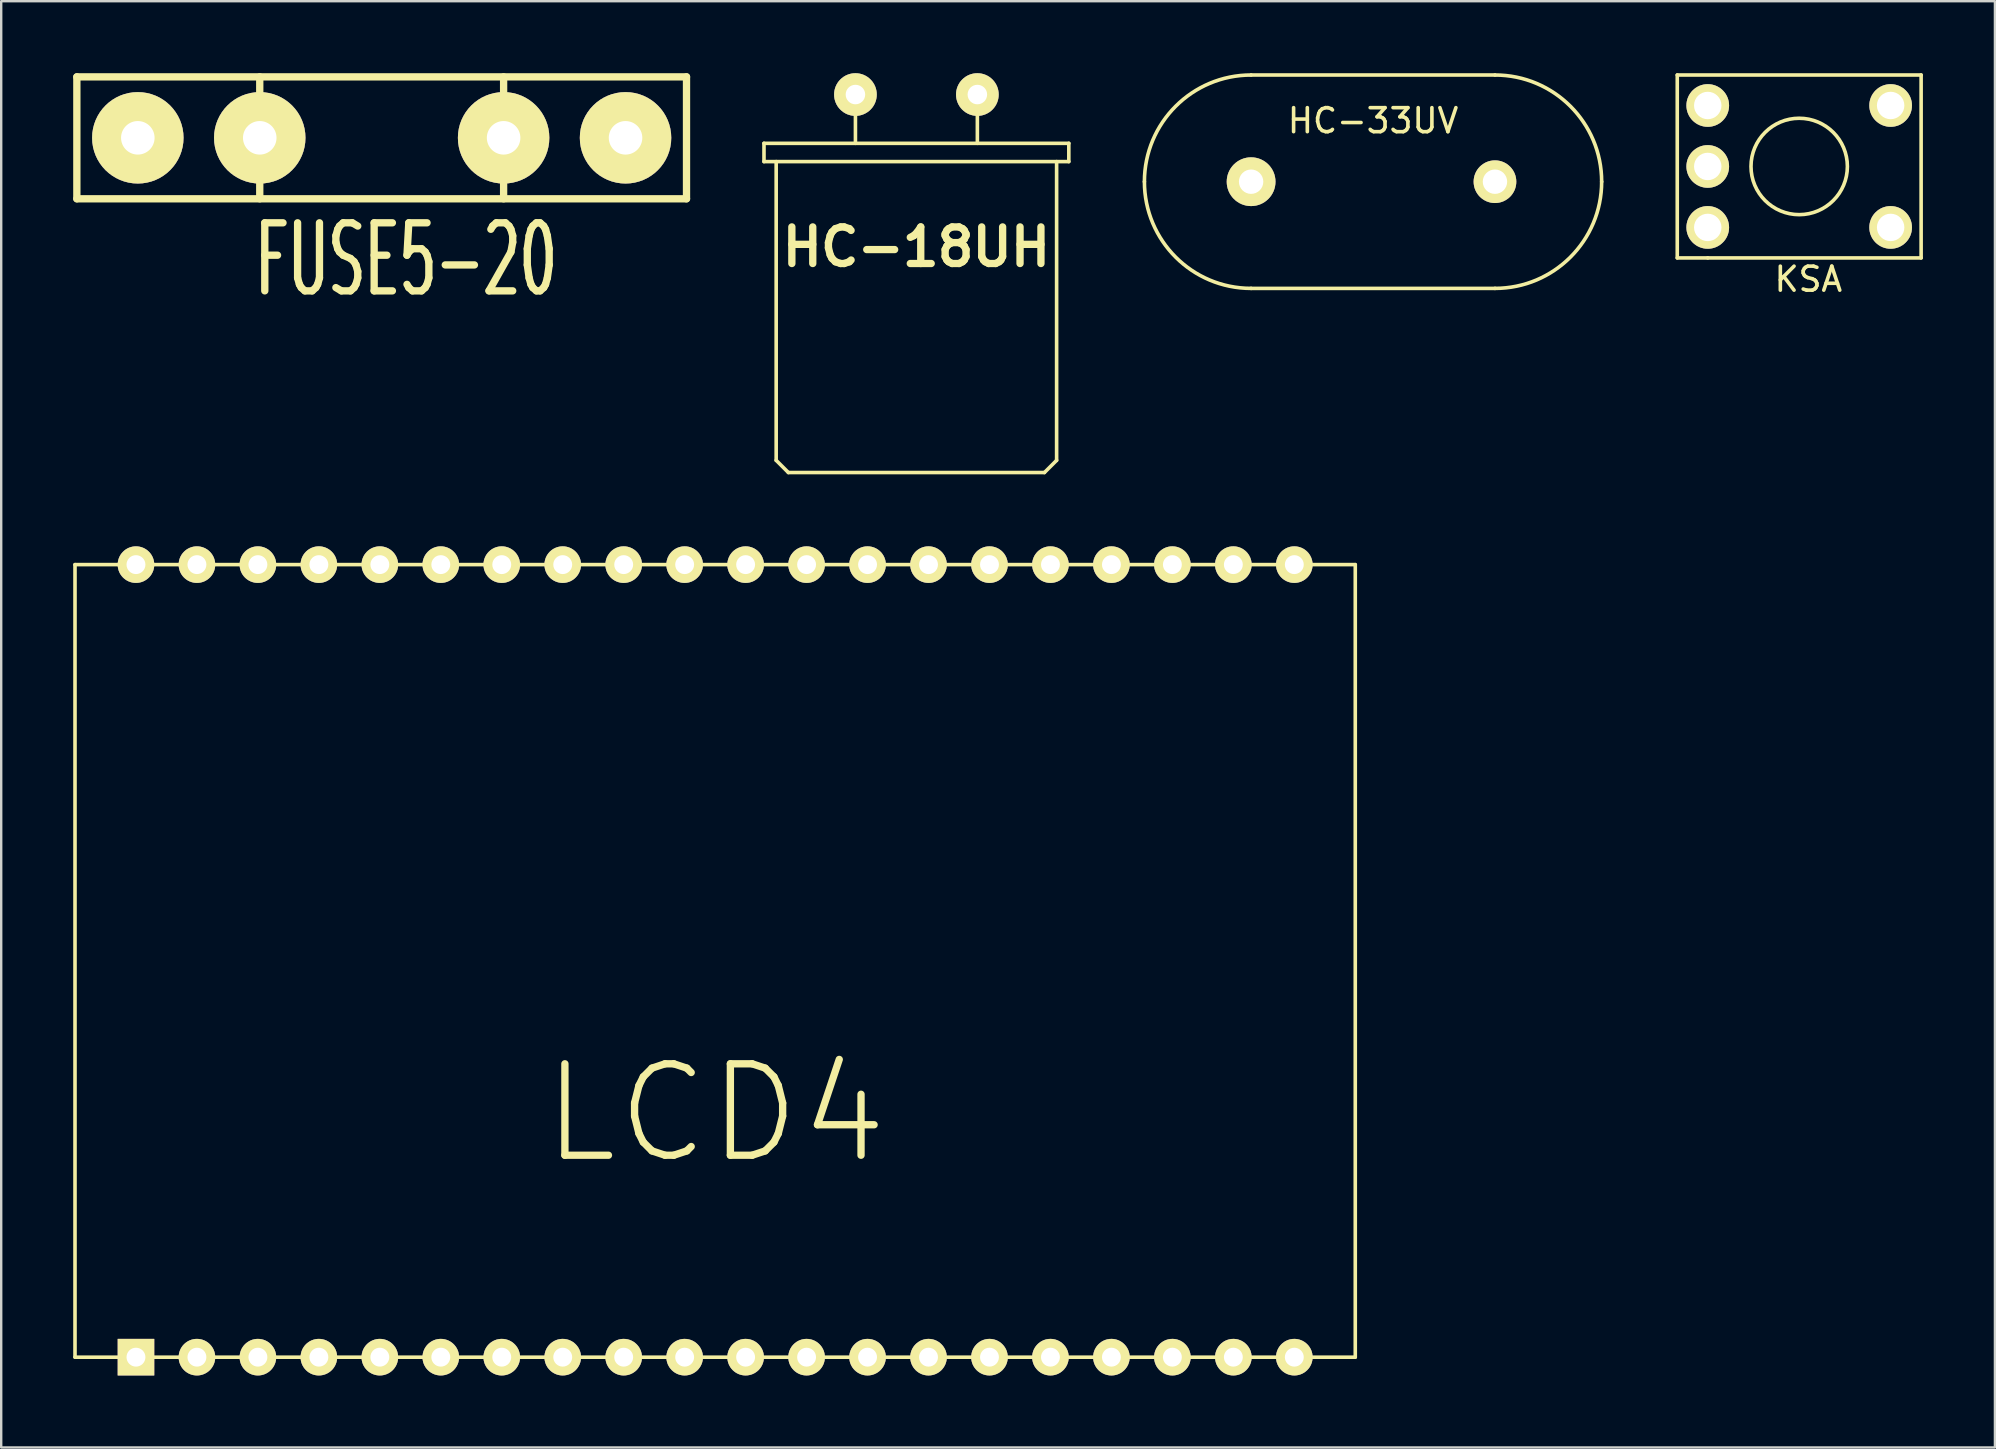
<source format=kicad_pcb>
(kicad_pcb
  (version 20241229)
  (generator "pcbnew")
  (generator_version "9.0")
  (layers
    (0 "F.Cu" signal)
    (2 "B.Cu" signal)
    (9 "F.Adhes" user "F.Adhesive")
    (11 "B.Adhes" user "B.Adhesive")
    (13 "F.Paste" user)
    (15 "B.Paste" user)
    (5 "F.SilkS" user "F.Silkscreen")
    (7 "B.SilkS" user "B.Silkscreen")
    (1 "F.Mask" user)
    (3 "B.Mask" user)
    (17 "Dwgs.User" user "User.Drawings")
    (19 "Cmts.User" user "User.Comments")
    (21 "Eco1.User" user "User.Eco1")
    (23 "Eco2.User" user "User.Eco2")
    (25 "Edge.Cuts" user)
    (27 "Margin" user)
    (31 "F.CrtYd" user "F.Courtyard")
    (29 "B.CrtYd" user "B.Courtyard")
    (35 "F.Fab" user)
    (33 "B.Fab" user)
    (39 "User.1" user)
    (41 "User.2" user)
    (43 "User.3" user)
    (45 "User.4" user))
  (footprint "HC-33UV"
    (layer "F.Cu")
    (at 54.155 4.52)
    (property "Reference" "HC-33UV" (at 0 -2.54 0) (layer "F.SilkS") (effects (font (size 1 1) (thickness 0.15))))
    (attr through_hole)
    (fp_line (start -5.08 -4.445) (end 5.08 -4.445) (stroke (width 0.15) (type solid)) (layer "F.SilkS"))
    (fp_line (start 5.08 4.445) (end -5.08 4.445) (stroke (width 0.15) (type solid)) (layer "F.SilkS"))
    (fp_arc (start -9.525 0) (mid -8.22309 -3.14309) (end -5.08 -4.445) (stroke (width 0.15) (type solid)) (layer "F.SilkS"))
    (fp_arc (start -5.08 4.445) (mid -8.22309 3.14309) (end -9.525 0) (stroke (width 0.15) (type solid)) (layer "F.SilkS"))
    (fp_arc (start 5.08 -4.445) (mid 8.22309 -3.14309) (end 9.525 0) (stroke (width 0.15) (type solid)) (layer "F.SilkS"))
    (fp_arc (start 9.525 0) (mid 8.22309 3.14309) (end 5.08 4.445) (stroke (width 0.15) (type solid)) (layer "F.SilkS"))
    (pad "1" thru_hole circle (at -5.08 0) (size 2.032 2.032) (drill 1.016) (layers "*.Cu" "*.Mask" "F.SilkS"))
    (pad "2" thru_hole circle (at 5.08 0) (size 1.778 1.778) (drill 1.016) (layers "*.Cu" "*.Mask" "F.SilkS")))
  (footprint "LCD4"
    (layer "F.Cu")
    (at 26.745 36.984)
    (property "Reference" "LCD4" (at 0 6.35 0) (layer "F.SilkS") (effects (font (size 3.81 3.81) (thickness 0.305))))
    (attr through_hole)
    (fp_line (start -26.67 -16.51) (end -26.67 16.51) (stroke (width 0.15) (type solid)) (layer "F.SilkS"))
    (fp_line (start -26.67 16.51) (end 26.67 16.51) (stroke (width 0.15) (type solid)) (layer "F.SilkS"))
    (fp_line (start 26.67 -16.51) (end -26.67 -16.51) (stroke (width 0.15) (type solid)) (layer "F.SilkS"))
    (fp_line (start 26.67 16.51) (end 26.67 -16.51) (stroke (width 0.15) (type solid)) (layer "F.SilkS"))
    (pad "1" thru_hole rect (at -24.13 16.51) (size 1.524 1.524) (drill 0.787) (layers "*.Cu" "*.Mask" "F.SilkS"))
    (pad "2" thru_hole circle (at -21.59 16.51) (size 1.524 1.524) (drill 0.787) (layers "*.Cu" "*.Mask" "F.SilkS"))
    (pad "3" thru_hole circle (at -19.05 16.51) (size 1.524 1.524) (drill 0.787) (layers "*.Cu" "*.Mask" "F.SilkS"))
    (pad "4" thru_hole circle (at -16.51 16.51) (size 1.524 1.524) (drill 0.787) (layers "*.Cu" "*.Mask" "F.SilkS"))
    (pad "5" thru_hole circle (at -13.97 16.51) (size 1.524 1.524) (drill 0.787) (layers "*.Cu" "*.Mask" "F.SilkS"))
    (pad "6" thru_hole circle (at -11.43 16.51) (size 1.524 1.524) (drill 0.787) (layers "*.Cu" "*.Mask" "F.SilkS"))
    (pad "7" thru_hole circle (at -8.89 16.51) (size 1.524 1.524) (drill 0.787) (layers "*.Cu" "*.Mask" "F.SilkS"))
    (pad "8" thru_hole circle (at -6.35 16.51) (size 1.524 1.524) (drill 0.787) (layers "*.Cu" "*.Mask" "F.SilkS"))
    (pad "9" thru_hole circle (at -3.81 16.51) (size 1.524 1.524) (drill 0.787) (layers "*.Cu" "*.Mask" "F.SilkS"))
    (pad "10" thru_hole circle (at -1.27 16.51) (size 1.524 1.524) (drill 0.787) (layers "*.Cu" "*.Mask" "F.SilkS"))
    (pad "11" thru_hole circle (at 1.27 16.51) (size 1.524 1.524) (drill 0.787) (layers "*.Cu" "*.Mask" "F.SilkS"))
    (pad "12" thru_hole circle (at 3.81 16.51) (size 1.524 1.524) (drill 0.787) (layers "*.Cu" "*.Mask" "F.SilkS"))
    (pad "13" thru_hole circle (at 6.35 16.51) (size 1.524 1.524) (drill 0.787) (layers "*.Cu" "*.Mask" "F.SilkS"))
    (pad "14" thru_hole circle (at 8.89 16.51) (size 1.524 1.524) (drill 0.787) (layers "*.Cu" "*.Mask" "F.SilkS"))
    (pad "15" thru_hole circle (at 11.43 16.51) (size 1.524 1.524) (drill 0.787) (layers "*.Cu" "*.Mask" "F.SilkS"))
    (pad "16" thru_hole circle (at 13.97 16.51) (size 1.524 1.524) (drill 0.787) (layers "*.Cu" "*.Mask" "F.SilkS"))
    (pad "17" thru_hole circle (at 16.51 16.51) (size 1.524 1.524) (drill 0.787) (layers "*.Cu" "*.Mask" "F.SilkS"))
    (pad "18" thru_hole circle (at 19.05 16.51) (size 1.524 1.524) (drill 0.787) (layers "*.Cu" "*.Mask" "F.SilkS"))
    (pad "19" thru_hole circle (at 21.59 16.51) (size 1.524 1.524) (drill 0.787) (layers "*.Cu" "*.Mask" "F.SilkS"))
    (pad "20" thru_hole circle (at 24.13 16.51) (size 1.524 1.524) (drill 0.787) (layers "*.Cu" "*.Mask" "F.SilkS"))
    (pad "21" thru_hole circle (at 24.13 -16.51) (size 1.524 1.524) (drill 0.787) (layers "*.Cu" "*.Mask" "F.SilkS"))
    (pad "22" thru_hole circle (at 21.59 -16.51) (size 1.524 1.524) (drill 0.787) (layers "*.Cu" "*.Mask" "F.SilkS"))
    (pad "23" thru_hole circle (at 19.05 -16.51) (size 1.524 1.524) (drill 0.787) (layers "*.Cu" "*.Mask" "F.SilkS"))
    (pad "24" thru_hole circle (at 16.51 -16.51) (size 1.524 1.524) (drill 0.787) (layers "*.Cu" "*.Mask" "F.SilkS"))
    (pad "25" thru_hole circle (at 13.97 -16.51) (size 1.524 1.524) (drill 0.787) (layers "*.Cu" "*.Mask" "F.SilkS"))
    (pad "26" thru_hole circle (at 11.43 -16.51) (size 1.524 1.524) (drill 0.787) (layers "*.Cu" "*.Mask" "F.SilkS"))
    (pad "27" thru_hole circle (at 8.89 -16.51) (size 1.524 1.524) (drill 0.787) (layers "*.Cu" "*.Mask" "F.SilkS"))
    (pad "28" thru_hole circle (at 6.35 -16.51) (size 1.524 1.524) (drill 0.787) (layers "*.Cu" "*.Mask" "F.SilkS"))
    (pad "29" thru_hole circle (at 3.81 -16.51) (size 1.524 1.524) (drill 0.787) (layers "*.Cu" "*.Mask" "F.SilkS"))
    (pad "30" thru_hole circle (at 1.27 -16.51) (size 1.524 1.524) (drill 0.787) (layers "*.Cu" "*.Mask" "F.SilkS"))
    (pad "31" thru_hole circle (at -1.27 -16.51) (size 1.524 1.524) (drill 0.787) (layers "*.Cu" "*.Mask" "F.SilkS"))
    (pad "32" thru_hole circle (at -3.81 -16.51) (size 1.524 1.524) (drill 0.787) (layers "*.Cu" "*.Mask" "F.SilkS"))
    (pad "33" thru_hole circle (at -6.35 -16.51) (size 1.524 1.524) (drill 0.787) (layers "*.Cu" "*.Mask" "F.SilkS"))
    (pad "34" thru_hole circle (at -8.89 -16.51) (size 1.524 1.524) (drill 0.787) (layers "*.Cu" "*.Mask" "F.SilkS"))
    (pad "35" thru_hole circle (at -11.43 -16.51) (size 1.524 1.524) (drill 0.787) (layers "*.Cu" "*.Mask" "F.SilkS"))
    (pad "36" thru_hole circle (at -13.97 -16.51) (size 1.524 1.524) (drill 0.787) (layers "*.Cu" "*.Mask" "F.SilkS"))
    (pad "37" thru_hole circle (at -16.51 -16.51) (size 1.524 1.524) (drill 0.787) (layers "*.Cu" "*.Mask" "F.SilkS"))
    (pad "38" thru_hole circle (at -19.05 -16.51) (size 1.524 1.524) (drill 0.787) (layers "*.Cu" "*.Mask" "F.SilkS"))
    (pad "39" thru_hole circle (at -21.59 -16.51) (size 1.524 1.524) (drill 0.787) (layers "*.Cu" "*.Mask" "F.SilkS"))
    (pad "40" thru_hole circle (at -24.13 -16.51) (size 1.524 1.524) (drill 0.787) (layers "*.Cu" "*.Mask" "F.SilkS")))
  (footprint "KSA"
    (layer "F.Cu")
    (at 71.91 3.885)
    (property "Reference" "KSA" (at 0.381 4.699 0) (layer "F.SilkS") (effects (font (size 1 1) (thickness 0.15))))
    (attr through_hole)
    (fp_line (start -5.08 -3.81) (end -5.08 3.81) (stroke (width 0.15) (type solid)) (layer "F.SilkS"))
    (fp_line (start -5.08 3.81) (end -3.81 3.81) (stroke (width 0.15) (type solid)) (layer "F.SilkS"))
    (fp_line (start -3.81 3.81) (end 5.08 3.81) (stroke (width 0.15) (type solid)) (layer "F.SilkS"))
    (fp_line (start 5.08 -3.81) (end -5.08 -3.81) (stroke (width 0.15) (type solid)) (layer "F.SilkS"))
    (fp_line (start 5.08 3.81) (end 5.08 -3.81) (stroke (width 0.15) (type solid)) (layer "F.SilkS"))
    (fp_circle (center 0 0) (end 1.905 0.635) (stroke (width 0.15) (type solid)) (fill no) (layer "F.SilkS"))
    (pad "1" thru_hole circle (at 3.81 -2.54) (size 1.778 1.778) (drill 1.143) (layers "*.Cu" "*.Mask" "F.SilkS"))
    (pad "2" thru_hole circle (at 3.81 2.54) (size 1.778 1.778) (drill 1.143) (layers "*.Cu" "*.Mask" "F.SilkS"))
    (pad "3" thru_hole circle (at -3.81 2.54) (size 1.778 1.778) (drill 1.143) (layers "*.Cu" "*.Mask" "F.SilkS"))
    (pad "4" thru_hole circle (at -3.81 0) (size 1.778 1.778) (drill 1.143) (layers "*.Cu" "*.Mask" "F.SilkS"))
    (pad "5" thru_hole circle (at -3.81 -2.54) (size 1.778 1.778) (drill 1.143) (layers "*.Cu" "*.Mask" "F.SilkS")))
  (footprint "FUSE5-20"
    (layer "F.Cu")
    (at 12.852 2.692)
    (property "Reference" "FUSE5-20" (at 1.016 5.08 0) (layer "F.SilkS") (effects (font (size 2.835 1.595) (thickness 0.305))))
    (attr through_hole)
    (fp_line (start -12.7 -2.54) (end 12.7 -2.54) (stroke (width 0.305) (type solid)) (layer "F.SilkS"))
    (fp_line (start -12.7 2.54) (end -12.7 -2.54) (stroke (width 0.305) (type solid)) (layer "F.SilkS"))
    (fp_line (start -5.08 -2.54) (end -5.08 2.54) (stroke (width 0.305) (type solid)) (layer "F.SilkS"))
    (fp_line (start 5.08 -2.54) (end 5.08 2.54) (stroke (width 0.305) (type solid)) (layer "F.SilkS"))
    (fp_line (start 12.7 -2.54) (end 12.7 2.54) (stroke (width 0.305) (type solid)) (layer "F.SilkS"))
    (fp_line (start 12.7 2.54) (end -12.7 2.54) (stroke (width 0.305) (type solid)) (layer "F.SilkS"))
    (pad "1" thru_hole circle (at -10.16 0) (size 3.81 3.81) (drill 1.397) (layers "*.Cu" "*.Mask" "F.SilkS"))
    (pad "1" thru_hole circle (at -5.08 0) (size 3.81 3.81) (drill 1.397) (layers "*.Cu" "*.Mask" "F.SilkS"))
    (pad "2" thru_hole circle (at 5.08 0) (size 3.81 3.81) (drill 1.397) (layers "*.Cu" "*.Mask" "F.SilkS"))
    (pad "2" thru_hole circle (at 10.16 0) (size 3.81 3.81) (drill 1.397) (layers "*.Cu" "*.Mask" "F.SilkS")))
  (footprint "HC-18UH"
    (layer "F.Cu")
    (at 35.13 0.889)
    (property "Reference" "HC-18UH" (at 0 6.35 0) (layer "F.SilkS") (effects (font (size 1.524 1.524) (thickness 0.305))))
    (attr through_hole)
    (fp_line (start -6.35 2.794) (end -6.35 2.032) (stroke (width 0.15) (type solid)) (layer "F.SilkS"))
    (fp_line (start -5.842 2.794) (end -5.842 15.24) (stroke (width 0.15) (type solid)) (layer "F.SilkS"))
    (fp_line (start -5.334 15.748) (end -5.842 15.24) (stroke (width 0.15) (type solid)) (layer "F.SilkS"))
    (fp_line (start -2.54 0) (end -2.54 2.032) (stroke (width 0.15) (type solid)) (layer "F.SilkS"))
    (fp_line (start 2.54 0) (end 2.54 2.032) (stroke (width 0.15) (type solid)) (layer "F.SilkS"))
    (fp_line (start 5.334 15.748) (end -5.334 15.748) (stroke (width 0.15) (type solid)) (layer "F.SilkS"))
    (fp_line (start 5.842 2.794) (end 5.842 15.24) (stroke (width 0.15) (type solid)) (layer "F.SilkS"))
    (fp_line (start 5.842 15.24) (end 5.334 15.748) (stroke (width 0.15) (type solid)) (layer "F.SilkS"))
    (fp_line (start 6.35 2.032) (end -6.35 2.032) (stroke (width 0.15) (type solid)) (layer "F.SilkS"))
    (fp_line (start 6.35 2.794) (end -6.35 2.794) (stroke (width 0.15) (type solid)) (layer "F.SilkS"))
    (fp_line (start 6.35 2.794) (end 6.35 2.032) (stroke (width 0.15) (type solid)) (layer "F.SilkS"))
    (pad "1" thru_hole circle (at -2.54 0) (size 1.778 1.778) (drill 0.813) (layers "*.Cu" "*.Mask" "F.SilkS"))
    (pad "2" thru_hole circle (at 2.54 0) (size 1.778 1.778) (drill 0.813) (layers "*.Cu" "*.Mask" "F.SilkS")))
  (gr_rect
    (start -3 -3)
    (end 80.065 57.256)
    (stroke (width 0.1) (type default))
    (fill no)
    (layer "Edge.Cuts")))
</source>
